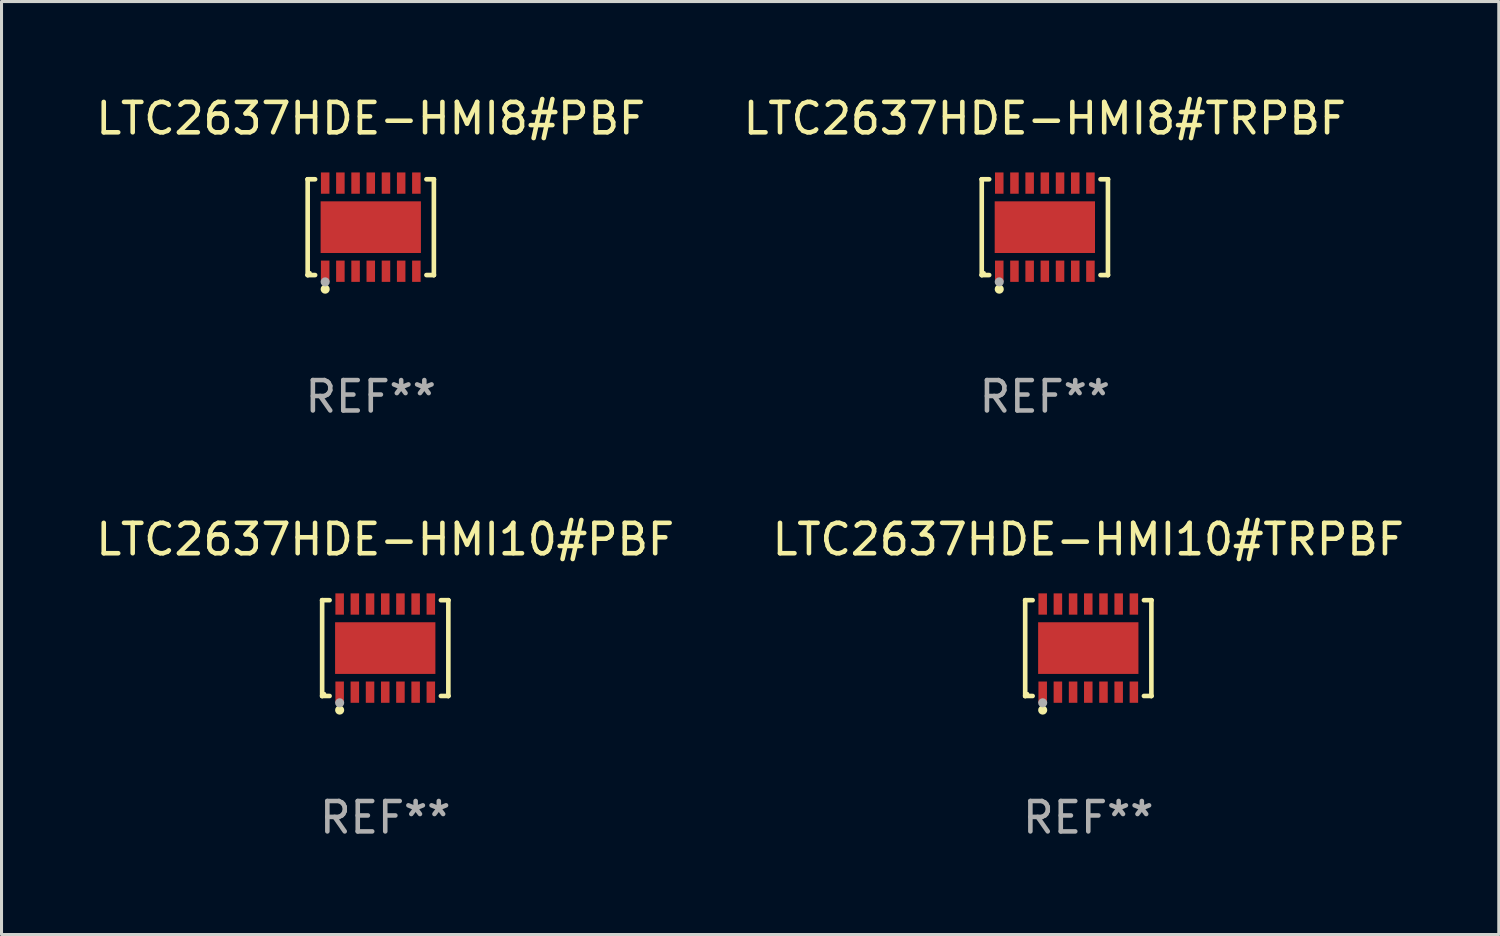
<source format=kicad_pcb>
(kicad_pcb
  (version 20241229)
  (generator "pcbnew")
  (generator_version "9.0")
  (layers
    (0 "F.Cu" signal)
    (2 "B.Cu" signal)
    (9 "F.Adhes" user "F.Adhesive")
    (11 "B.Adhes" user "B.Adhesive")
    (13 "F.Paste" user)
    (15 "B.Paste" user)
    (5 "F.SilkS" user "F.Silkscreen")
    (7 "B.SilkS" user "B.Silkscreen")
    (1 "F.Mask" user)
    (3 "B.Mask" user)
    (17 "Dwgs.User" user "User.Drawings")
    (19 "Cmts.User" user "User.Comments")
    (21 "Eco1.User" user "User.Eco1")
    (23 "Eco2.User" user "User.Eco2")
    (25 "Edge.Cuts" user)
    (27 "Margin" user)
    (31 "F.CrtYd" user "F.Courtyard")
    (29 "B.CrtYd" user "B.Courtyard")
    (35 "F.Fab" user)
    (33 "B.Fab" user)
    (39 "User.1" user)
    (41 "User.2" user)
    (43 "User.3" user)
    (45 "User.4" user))
  (footprint "LTC2637HDE-HMI10#TRPBF"
    (layer "F.Cu")
    (at 32.756 18.273)
    (property "Reference" "LTC2637HDE-HMI10#TRPBF" (at 0 -3.576 0) (layer "F.SilkS") (effects (font (size 1 1) (thickness 0.15))))
    (attr through_hole)
    (fp_line (start -2.076 -1.576) (end -2.076 -1.576) (stroke (width 0.152) (type solid)) (layer "F.SilkS"))
    (fp_line (start -2.076 -1.576) (end -1.831 -1.576) (stroke (width 0.152) (type solid)) (layer "F.SilkS"))
    (fp_line (start -2.076 1.576) (end -2.076 -1.576) (stroke (width 0.152) (type solid)) (layer "F.SilkS"))
    (fp_line (start -2.076 1.576) (end -2.076 1.576) (stroke (width 0.152) (type solid)) (layer "F.SilkS"))
    (fp_line (start -1.831 1.576) (end -2.076 1.576) (stroke (width 0.152) (type solid)) (layer "F.SilkS"))
    (fp_line (start 1.831 1.576) (end 2.076 1.576) (stroke (width 0.152) (type solid)) (layer "F.SilkS"))
    (fp_line (start 2.076 -1.576) (end 1.831 -1.576) (stroke (width 0.152) (type solid)) (layer "F.SilkS"))
    (fp_line (start 2.076 -1.576) (end 2.076 -1.576) (stroke (width 0.152) (type solid)) (layer "F.SilkS"))
    (fp_line (start 2.076 1.576) (end 2.076 -1.576) (stroke (width 0.152) (type solid)) (layer "F.SilkS"))
    (fp_line (start 2.076 1.576) (end 2.076 1.576) (stroke (width 0.152) (type solid)) (layer "F.SilkS"))
    (fp_circle (center -2 1.5) (end -1.97 1.5) (stroke (width 0.06) (type solid)) (fill no) (layer "F.SilkS"))
    (fp_circle (center -1.5 2.04) (end -1.425 2.04) (stroke (width 0.15) (type solid)) (fill no) (layer "F.SilkS"))
    (fp_circle (center -1.5 1.8) (end -1.425 1.8) (stroke (width 0.15) (type solid)) (fill no) (layer "F.Fab"))
    (fp_text user "REF**" (at 0 5.576 0) (layer "F.Fab") (effects (font (size 1 1) (thickness 0.15))))
    (pad "1" smd rect (at -1.5 1.45) (size 0.28 0.7) (layers "F.Cu" "F.Mask" "F.Paste"))
    (pad "2" smd rect (at -1 1.45) (size 0.28 0.7) (layers "F.Cu" "F.Mask" "F.Paste"))
    (pad "3" smd rect (at -0.5 1.45) (size 0.28 0.7) (layers "F.Cu" "F.Mask" "F.Paste"))
    (pad "4" smd rect (at 0 1.45) (size 0.28 0.7) (layers "F.Cu" "F.Mask" "F.Paste"))
    (pad "5" smd rect (at 0.5 1.45) (size 0.28 0.7) (layers "F.Cu" "F.Mask" "F.Paste"))
    (pad "6" smd rect (at 1 1.45) (size 0.28 0.7) (layers "F.Cu" "F.Mask" "F.Paste"))
    (pad "7" smd rect (at 1.5 1.45) (size 0.28 0.7) (layers "F.Cu" "F.Mask" "F.Paste"))
    (pad "8" smd rect (at 1.5 -1.45) (size 0.28 0.7) (layers "F.Cu" "F.Mask" "F.Paste"))
    (pad "9" smd rect (at 1 -1.45) (size 0.28 0.7) (layers "F.Cu" "F.Mask" "F.Paste"))
    (pad "10" smd rect (at 0.5 -1.45) (size 0.28 0.7) (layers "F.Cu" "F.Mask" "F.Paste"))
    (pad "11" smd rect (at 0 -1.45) (size 0.28 0.7) (layers "F.Cu" "F.Mask" "F.Paste"))
    (pad "12" smd rect (at -0.5 -1.45) (size 0.28 0.7) (layers "F.Cu" "F.Mask" "F.Paste"))
    (pad "13" smd rect (at -1 -1.45) (size 0.28 0.7) (layers "F.Cu" "F.Mask" "F.Paste"))
    (pad "14" smd rect (at -1.5 -1.45) (size 0.28 0.7) (layers "F.Cu" "F.Mask" "F.Paste"))
    (pad "15" smd rect (at 0 0) (size 3.3 1.7) (layers "F.Cu" "F.Mask" "F.Paste")))
  (footprint "LTC2637HDE-HMI10#PBF"
    (layer "F.Cu")
    (at 9.625 18.273)
    (property "Reference" "LTC2637HDE-HMI10#PBF" (at 0 -3.576 0) (layer "F.SilkS") (effects (font (size 1 1) (thickness 0.15))))
    (attr through_hole)
    (fp_line (start -2.076 -1.576) (end -2.076 -1.576) (stroke (width 0.152) (type solid)) (layer "F.SilkS"))
    (fp_line (start -2.076 -1.576) (end -1.831 -1.576) (stroke (width 0.152) (type solid)) (layer "F.SilkS"))
    (fp_line (start -2.076 1.576) (end -2.076 -1.576) (stroke (width 0.152) (type solid)) (layer "F.SilkS"))
    (fp_line (start -2.076 1.576) (end -2.076 1.576) (stroke (width 0.152) (type solid)) (layer "F.SilkS"))
    (fp_line (start -1.831 1.576) (end -2.076 1.576) (stroke (width 0.152) (type solid)) (layer "F.SilkS"))
    (fp_line (start 1.831 1.576) (end 2.076 1.576) (stroke (width 0.152) (type solid)) (layer "F.SilkS"))
    (fp_line (start 2.076 -1.576) (end 1.831 -1.576) (stroke (width 0.152) (type solid)) (layer "F.SilkS"))
    (fp_line (start 2.076 -1.576) (end 2.076 -1.576) (stroke (width 0.152) (type solid)) (layer "F.SilkS"))
    (fp_line (start 2.076 1.576) (end 2.076 -1.576) (stroke (width 0.152) (type solid)) (layer "F.SilkS"))
    (fp_line (start 2.076 1.576) (end 2.076 1.576) (stroke (width 0.152) (type solid)) (layer "F.SilkS"))
    (fp_circle (center -2 1.5) (end -1.97 1.5) (stroke (width 0.06) (type solid)) (fill no) (layer "F.SilkS"))
    (fp_circle (center -1.5 2.04) (end -1.425 2.04) (stroke (width 0.15) (type solid)) (fill no) (layer "F.SilkS"))
    (fp_circle (center -1.5 1.8) (end -1.425 1.8) (stroke (width 0.15) (type solid)) (fill no) (layer "F.Fab"))
    (fp_text user "REF**" (at 0 5.576 0) (layer "F.Fab") (effects (font (size 1 1) (thickness 0.15))))
    (pad "1" smd rect (at -1.5 1.45) (size 0.28 0.7) (layers "F.Cu" "F.Mask" "F.Paste"))
    (pad "2" smd rect (at -1 1.45) (size 0.28 0.7) (layers "F.Cu" "F.Mask" "F.Paste"))
    (pad "3" smd rect (at -0.5 1.45) (size 0.28 0.7) (layers "F.Cu" "F.Mask" "F.Paste"))
    (pad "4" smd rect (at 0 1.45) (size 0.28 0.7) (layers "F.Cu" "F.Mask" "F.Paste"))
    (pad "5" smd rect (at 0.5 1.45) (size 0.28 0.7) (layers "F.Cu" "F.Mask" "F.Paste"))
    (pad "6" smd rect (at 1 1.45) (size 0.28 0.7) (layers "F.Cu" "F.Mask" "F.Paste"))
    (pad "7" smd rect (at 1.5 1.45) (size 0.28 0.7) (layers "F.Cu" "F.Mask" "F.Paste"))
    (pad "8" smd rect (at 1.5 -1.45) (size 0.28 0.7) (layers "F.Cu" "F.Mask" "F.Paste"))
    (pad "9" smd rect (at 1 -1.45) (size 0.28 0.7) (layers "F.Cu" "F.Mask" "F.Paste"))
    (pad "10" smd rect (at 0.5 -1.45) (size 0.28 0.7) (layers "F.Cu" "F.Mask" "F.Paste"))
    (pad "11" smd rect (at 0 -1.45) (size 0.28 0.7) (layers "F.Cu" "F.Mask" "F.Paste"))
    (pad "12" smd rect (at -0.5 -1.45) (size 0.28 0.7) (layers "F.Cu" "F.Mask" "F.Paste"))
    (pad "13" smd rect (at -1 -1.45) (size 0.28 0.7) (layers "F.Cu" "F.Mask" "F.Paste"))
    (pad "14" smd rect (at -1.5 -1.45) (size 0.28 0.7) (layers "F.Cu" "F.Mask" "F.Paste"))
    (pad "15" smd rect (at 0 0) (size 3.3 1.7) (layers "F.Cu" "F.Mask" "F.Paste")))
  (footprint "LTC2637HDE-HMI8#TRPBF"
    (layer "F.Cu")
    (at 31.327 4.424)
    (property "Reference" "LTC2637HDE-HMI8#TRPBF" (at 0 -3.576 0) (layer "F.SilkS") (effects (font (size 1 1) (thickness 0.15))))
    (attr through_hole)
    (fp_line (start -2.076 -1.576) (end -2.076 -1.576) (stroke (width 0.152) (type solid)) (layer "F.SilkS"))
    (fp_line (start -2.076 -1.576) (end -1.831 -1.576) (stroke (width 0.152) (type solid)) (layer "F.SilkS"))
    (fp_line (start -2.076 1.576) (end -2.076 -1.576) (stroke (width 0.152) (type solid)) (layer "F.SilkS"))
    (fp_line (start -2.076 1.576) (end -2.076 1.576) (stroke (width 0.152) (type solid)) (layer "F.SilkS"))
    (fp_line (start -1.831 1.576) (end -2.076 1.576) (stroke (width 0.152) (type solid)) (layer "F.SilkS"))
    (fp_line (start 1.831 1.576) (end 2.076 1.576) (stroke (width 0.152) (type solid)) (layer "F.SilkS"))
    (fp_line (start 2.076 -1.576) (end 1.831 -1.576) (stroke (width 0.152) (type solid)) (layer "F.SilkS"))
    (fp_line (start 2.076 -1.576) (end 2.076 -1.576) (stroke (width 0.152) (type solid)) (layer "F.SilkS"))
    (fp_line (start 2.076 1.576) (end 2.076 -1.576) (stroke (width 0.152) (type solid)) (layer "F.SilkS"))
    (fp_line (start 2.076 1.576) (end 2.076 1.576) (stroke (width 0.152) (type solid)) (layer "F.SilkS"))
    (fp_circle (center -2 1.5) (end -1.97 1.5) (stroke (width 0.06) (type solid)) (fill no) (layer "F.SilkS"))
    (fp_circle (center -1.5 2.04) (end -1.425 2.04) (stroke (width 0.15) (type solid)) (fill no) (layer "F.SilkS"))
    (fp_circle (center -1.5 1.8) (end -1.425 1.8) (stroke (width 0.15) (type solid)) (fill no) (layer "F.Fab"))
    (fp_text user "REF**" (at 0 5.576 0) (layer "F.Fab") (effects (font (size 1 1) (thickness 0.15))))
    (pad "1" smd rect (at -1.5 1.45) (size 0.28 0.7) (layers "F.Cu" "F.Mask" "F.Paste"))
    (pad "2" smd rect (at -1 1.45) (size 0.28 0.7) (layers "F.Cu" "F.Mask" "F.Paste"))
    (pad "3" smd rect (at -0.5 1.45) (size 0.28 0.7) (layers "F.Cu" "F.Mask" "F.Paste"))
    (pad "4" smd rect (at 0 1.45) (size 0.28 0.7) (layers "F.Cu" "F.Mask" "F.Paste"))
    (pad "5" smd rect (at 0.5 1.45) (size 0.28 0.7) (layers "F.Cu" "F.Mask" "F.Paste"))
    (pad "6" smd rect (at 1 1.45) (size 0.28 0.7) (layers "F.Cu" "F.Mask" "F.Paste"))
    (pad "7" smd rect (at 1.5 1.45) (size 0.28 0.7) (layers "F.Cu" "F.Mask" "F.Paste"))
    (pad "8" smd rect (at 1.5 -1.45) (size 0.28 0.7) (layers "F.Cu" "F.Mask" "F.Paste"))
    (pad "9" smd rect (at 1 -1.45) (size 0.28 0.7) (layers "F.Cu" "F.Mask" "F.Paste"))
    (pad "10" smd rect (at 0.5 -1.45) (size 0.28 0.7) (layers "F.Cu" "F.Mask" "F.Paste"))
    (pad "11" smd rect (at 0 -1.45) (size 0.28 0.7) (layers "F.Cu" "F.Mask" "F.Paste"))
    (pad "12" smd rect (at -0.5 -1.45) (size 0.28 0.7) (layers "F.Cu" "F.Mask" "F.Paste"))
    (pad "13" smd rect (at -1 -1.45) (size 0.28 0.7) (layers "F.Cu" "F.Mask" "F.Paste"))
    (pad "14" smd rect (at -1.5 -1.45) (size 0.28 0.7) (layers "F.Cu" "F.Mask" "F.Paste"))
    (pad "15" smd rect (at 0 0) (size 3.3 1.7) (layers "F.Cu" "F.Mask" "F.Paste")))
  (footprint "LTC2637HDE-HMI8#PBF"
    (layer "F.Cu")
    (at 9.149 4.424)
    (property "Reference" "LTC2637HDE-HMI8#PBF" (at 0 -3.576 0) (layer "F.SilkS") (effects (font (size 1 1) (thickness 0.15))))
    (attr through_hole)
    (fp_line (start -2.076 -1.576) (end -2.076 -1.576) (stroke (width 0.152) (type solid)) (layer "F.SilkS"))
    (fp_line (start -2.076 -1.576) (end -1.831 -1.576) (stroke (width 0.152) (type solid)) (layer "F.SilkS"))
    (fp_line (start -2.076 1.576) (end -2.076 -1.576) (stroke (width 0.152) (type solid)) (layer "F.SilkS"))
    (fp_line (start -2.076 1.576) (end -2.076 1.576) (stroke (width 0.152) (type solid)) (layer "F.SilkS"))
    (fp_line (start -1.831 1.576) (end -2.076 1.576) (stroke (width 0.152) (type solid)) (layer "F.SilkS"))
    (fp_line (start 1.831 1.576) (end 2.076 1.576) (stroke (width 0.152) (type solid)) (layer "F.SilkS"))
    (fp_line (start 2.076 -1.576) (end 1.831 -1.576) (stroke (width 0.152) (type solid)) (layer "F.SilkS"))
    (fp_line (start 2.076 -1.576) (end 2.076 -1.576) (stroke (width 0.152) (type solid)) (layer "F.SilkS"))
    (fp_line (start 2.076 1.576) (end 2.076 -1.576) (stroke (width 0.152) (type solid)) (layer "F.SilkS"))
    (fp_line (start 2.076 1.576) (end 2.076 1.576) (stroke (width 0.152) (type solid)) (layer "F.SilkS"))
    (fp_circle (center -2 1.5) (end -1.97 1.5) (stroke (width 0.06) (type solid)) (fill no) (layer "F.SilkS"))
    (fp_circle (center -1.5 2.04) (end -1.425 2.04) (stroke (width 0.15) (type solid)) (fill no) (layer "F.SilkS"))
    (fp_circle (center -1.5 1.8) (end -1.425 1.8) (stroke (width 0.15) (type solid)) (fill no) (layer "F.Fab"))
    (fp_text user "REF**" (at 0 5.576 0) (layer "F.Fab") (effects (font (size 1 1) (thickness 0.15))))
    (pad "1" smd rect (at -1.5 1.45) (size 0.28 0.7) (layers "F.Cu" "F.Mask" "F.Paste"))
    (pad "2" smd rect (at -1 1.45) (size 0.28 0.7) (layers "F.Cu" "F.Mask" "F.Paste"))
    (pad "3" smd rect (at -0.5 1.45) (size 0.28 0.7) (layers "F.Cu" "F.Mask" "F.Paste"))
    (pad "4" smd rect (at 0 1.45) (size 0.28 0.7) (layers "F.Cu" "F.Mask" "F.Paste"))
    (pad "5" smd rect (at 0.5 1.45) (size 0.28 0.7) (layers "F.Cu" "F.Mask" "F.Paste"))
    (pad "6" smd rect (at 1 1.45) (size 0.28 0.7) (layers "F.Cu" "F.Mask" "F.Paste"))
    (pad "7" smd rect (at 1.5 1.45) (size 0.28 0.7) (layers "F.Cu" "F.Mask" "F.Paste"))
    (pad "8" smd rect (at 1.5 -1.45) (size 0.28 0.7) (layers "F.Cu" "F.Mask" "F.Paste"))
    (pad "9" smd rect (at 1 -1.45) (size 0.28 0.7) (layers "F.Cu" "F.Mask" "F.Paste"))
    (pad "10" smd rect (at 0.5 -1.45) (size 0.28 0.7) (layers "F.Cu" "F.Mask" "F.Paste"))
    (pad "11" smd rect (at 0 -1.45) (size 0.28 0.7) (layers "F.Cu" "F.Mask" "F.Paste"))
    (pad "12" smd rect (at -0.5 -1.45) (size 0.28 0.7) (layers "F.Cu" "F.Mask" "F.Paste"))
    (pad "13" smd rect (at -1 -1.45) (size 0.28 0.7) (layers "F.Cu" "F.Mask" "F.Paste"))
    (pad "14" smd rect (at -1.5 -1.45) (size 0.28 0.7) (layers "F.Cu" "F.Mask" "F.Paste"))
    (pad "15" smd rect (at 0 0) (size 3.3 1.7) (layers "F.Cu" "F.Mask" "F.Paste")))
  (gr_rect
    (start -3 -3)
    (end 46.262 27.698)
    (stroke (width 0.1) (type default))
    (fill no)
    (layer "Edge.Cuts")))
</source>
